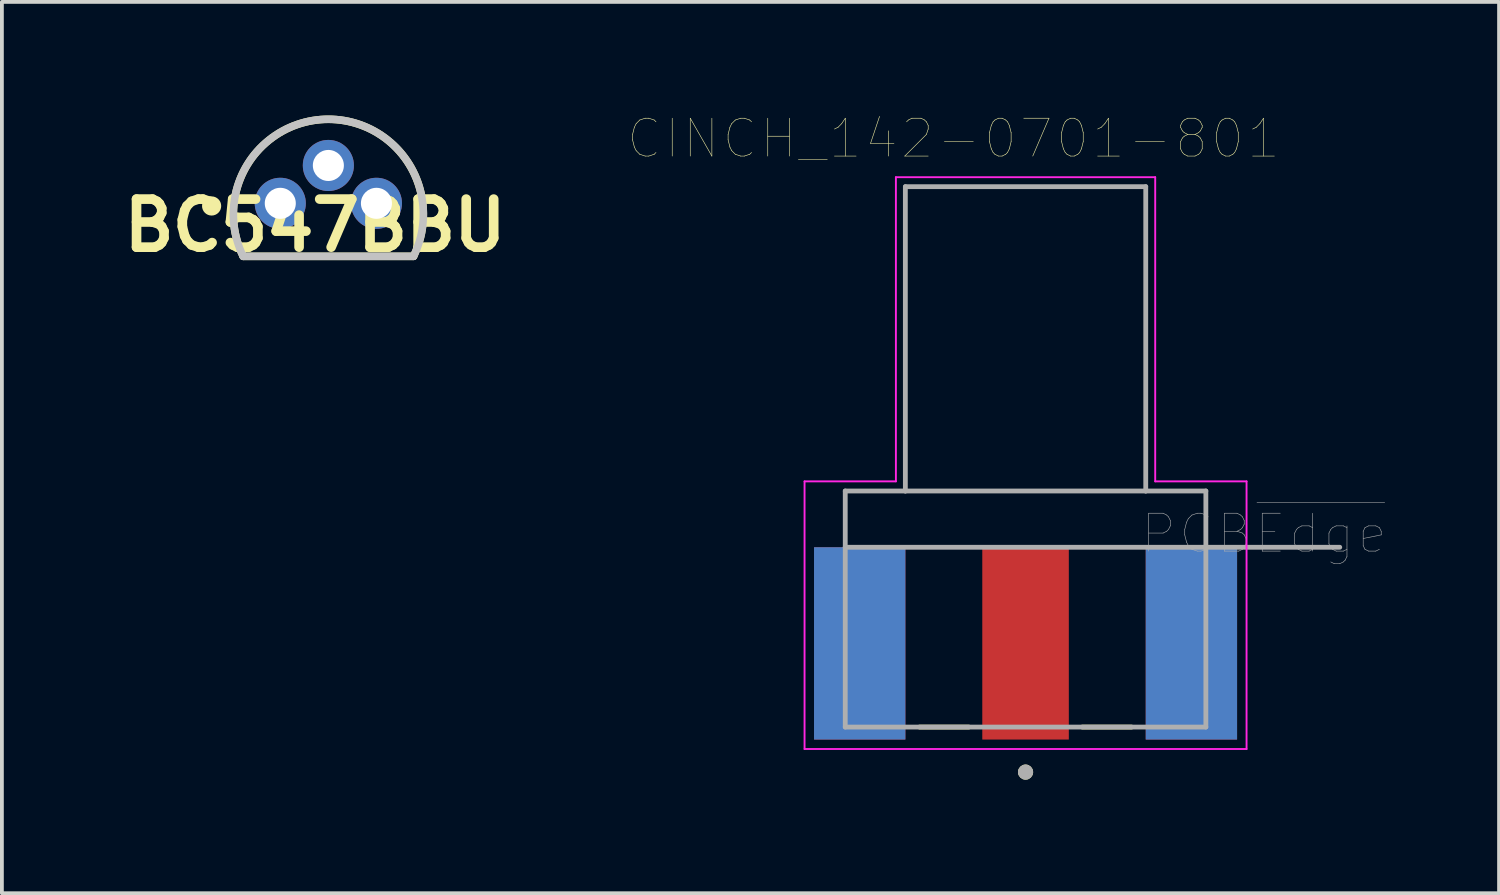
<source format=kicad_pcb>
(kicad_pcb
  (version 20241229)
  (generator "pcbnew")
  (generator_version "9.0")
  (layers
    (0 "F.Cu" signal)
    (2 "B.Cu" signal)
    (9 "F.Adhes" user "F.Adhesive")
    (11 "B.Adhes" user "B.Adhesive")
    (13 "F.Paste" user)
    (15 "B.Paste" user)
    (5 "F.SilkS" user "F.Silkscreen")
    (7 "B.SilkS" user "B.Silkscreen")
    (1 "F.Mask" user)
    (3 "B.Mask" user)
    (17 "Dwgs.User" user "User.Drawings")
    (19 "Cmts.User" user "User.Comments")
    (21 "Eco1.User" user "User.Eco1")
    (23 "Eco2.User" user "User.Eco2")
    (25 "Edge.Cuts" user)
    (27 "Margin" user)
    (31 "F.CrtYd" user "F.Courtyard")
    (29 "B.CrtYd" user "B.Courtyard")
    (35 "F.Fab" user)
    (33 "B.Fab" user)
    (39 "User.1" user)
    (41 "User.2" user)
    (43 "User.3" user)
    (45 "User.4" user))
  (footprint "CINCH_142-0701-801"
    (layer "F.Cu")
    (at 24.041 13.946)
    (property "Reference" "CINCH_142-0701-801" (at -1.905 -13.335 0) (layer "F.SilkS") (effects (font (size 1 1) (thickness 0.015))))
    (attr through_hole)
    (fp_line (start -2.8 2.21) (end -1.5 2.21) (stroke (width 0.127) (type solid)) (layer "F.SilkS"))
    (fp_line (start 1.5 2.21) (end 2.8 2.21) (stroke (width 0.127) (type solid)) (layer "F.SilkS"))
    (fp_circle (center 0 3.4) (end 0.1 3.4) (stroke (width 0.2) (type solid)) (fill no) (layer "F.SilkS"))
    (fp_line (start -5.838 -4.28) (end -3.425 -4.28) (stroke (width 0.05) (type solid)) (layer "F.CrtYd"))
    (fp_line (start -5.838 2.79) (end -5.838 -4.28) (stroke (width 0.05) (type solid)) (layer "F.CrtYd"))
    (fp_line (start -3.425 -12.315) (end 3.425 -12.315) (stroke (width 0.05) (type solid)) (layer "F.CrtYd"))
    (fp_line (start -3.425 -4.28) (end -3.425 -12.315) (stroke (width 0.05) (type solid)) (layer "F.CrtYd"))
    (fp_line (start 3.425 -12.315) (end 3.425 -4.28) (stroke (width 0.05) (type solid)) (layer "F.CrtYd"))
    (fp_line (start 3.425 -4.28) (end 5.838 -4.28) (stroke (width 0.05) (type solid)) (layer "F.CrtYd"))
    (fp_line (start 5.838 -4.28) (end 5.838 2.79) (stroke (width 0.05) (type solid)) (layer "F.CrtYd"))
    (fp_line (start 5.838 2.79) (end -5.838 2.79) (stroke (width 0.05) (type solid)) (layer "F.CrtYd"))
    (fp_line (start -4.763 -4.026) (end -4.763 -2.54) (stroke (width 0.127) (type solid)) (layer "F.Fab"))
    (fp_line (start -4.763 -4.026) (end -3.175 -4.026) (stroke (width 0.127) (type solid)) (layer "F.Fab"))
    (fp_line (start -4.763 -2.54) (end 4.763 -2.54) (stroke (width 0.127) (type solid)) (layer "F.Fab"))
    (fp_line (start -4.763 2.21) (end -4.763 -2.54) (stroke (width 0.127) (type solid)) (layer "F.Fab"))
    (fp_line (start -3.175 -12.065) (end 3.175 -12.065) (stroke (width 0.127) (type solid)) (layer "F.Fab"))
    (fp_line (start -3.175 -4.026) (end -3.175 -12.065) (stroke (width 0.127) (type solid)) (layer "F.Fab"))
    (fp_line (start -3.175 -4.026) (end 3.175 -4.026) (stroke (width 0.127) (type solid)) (layer "F.Fab"))
    (fp_line (start 3.175 -12.065) (end 3.175 -4.026) (stroke (width 0.127) (type solid)) (layer "F.Fab"))
    (fp_line (start 3.175 -4.026) (end 4.763 -4.026) (stroke (width 0.127) (type solid)) (layer "F.Fab"))
    (fp_line (start 4.763 -4.026) (end 4.763 -2.54) (stroke (width 0.127) (type solid)) (layer "F.Fab"))
    (fp_line (start 4.763 -2.54) (end 4.763 2.21) (stroke (width 0.127) (type solid)) (layer "F.Fab"))
    (fp_line (start 4.763 2.21) (end -4.763 2.21) (stroke (width 0.127) (type solid)) (layer "F.Fab"))
    (fp_line (start 4.8 -2.54) (end 8.3 -2.54) (stroke (width 0.127) (type solid)) (layer "F.Fab"))
    (fp_circle (center 0 3.4) (end 0.1 3.4) (stroke (width 0.2) (type solid)) (fill no) (layer "F.Fab"))
    (fp_text user "PCB~{Edge}" (at 6.3 -2.9 0) (layer "F.Fab") (effects (font (size 1 1) (thickness 0.015))))
    (pad "1" smd rect (at 0 0) (size 2.286 5.08) (layers "F.Cu" "F.Mask" "F.Paste"))
    (pad "S1" smd rect (at -4.381 0) (size 2.413 5.08) (layers "F.Cu" "F.Mask" "F.Paste"))
    (pad "S2" smd rect (at 4.381 0) (size 2.413 5.08) (layers "F.Cu" "F.Mask" "F.Paste"))
    (pad "S3" smd rect (at -4.381 0) (size 2.413 5.08) (layers "B.Cu" "B.Mask" "B.Paste"))
    (pad "S4" smd rect (at 4.381 0) (size 2.413 5.08) (layers "B.Cu" "B.Mask" "B.Paste")))
  (footprint "BC547BBU"
    (layer "F.Cu")
    (at 5.624 2.321)
    (property "Reference" "BC547BBU" (at -0.35 0.584 0) (layer "F.SilkS") (effects (font (size 1.27 1.27) (thickness 0.254))))
    (attr through_hole)
    (fp_line (start -2.25 1.4) (end 2.25 1.4) (stroke (width 0.2) (type solid)) (layer "F.SilkS"))
    (fp_arc (start -2.25 1.4) (mid -0.001061 -2.22) (end 2.250938 1.398097) (stroke (width 0.2) (type solid)) (layer "F.SilkS"))
    (fp_circle (center -3.084 0.07) (end -3.084 0.123) (stroke (width 0.2) (type solid)) (fill no) (layer "F.SilkS"))
    (fp_line (start -2.25 1.4) (end 2.25 1.4) (stroke (width 0.2) (type solid)) (layer "Dwgs.User"))
    (fp_arc (start -2.25 1.4) (mid 0.000499 -2.220999) (end 2.249544 1.400903) (stroke (width 0.2) (type solid)) (layer "Dwgs.User"))
    (pad "1" thru_hole circle (at -1.27 0) (size 1.35 1.35) (drill 0.82) (layers "*.Cu" "*.Mask"))
    (pad "2" thru_hole circle (at 0 -1) (size 1.35 1.35) (drill 0.82) (layers "*.Cu" "*.Mask"))
    (pad "3" thru_hole circle (at 1.27 0) (size 1.35 1.35) (drill 0.82) (layers "*.Cu" "*.Mask")))
  (gr_rect
    (start -3 -3)
    (end 36.549 20.546)
    (stroke (width 0.1) (type default))
    (fill no)
    (layer "Edge.Cuts")))
</source>
